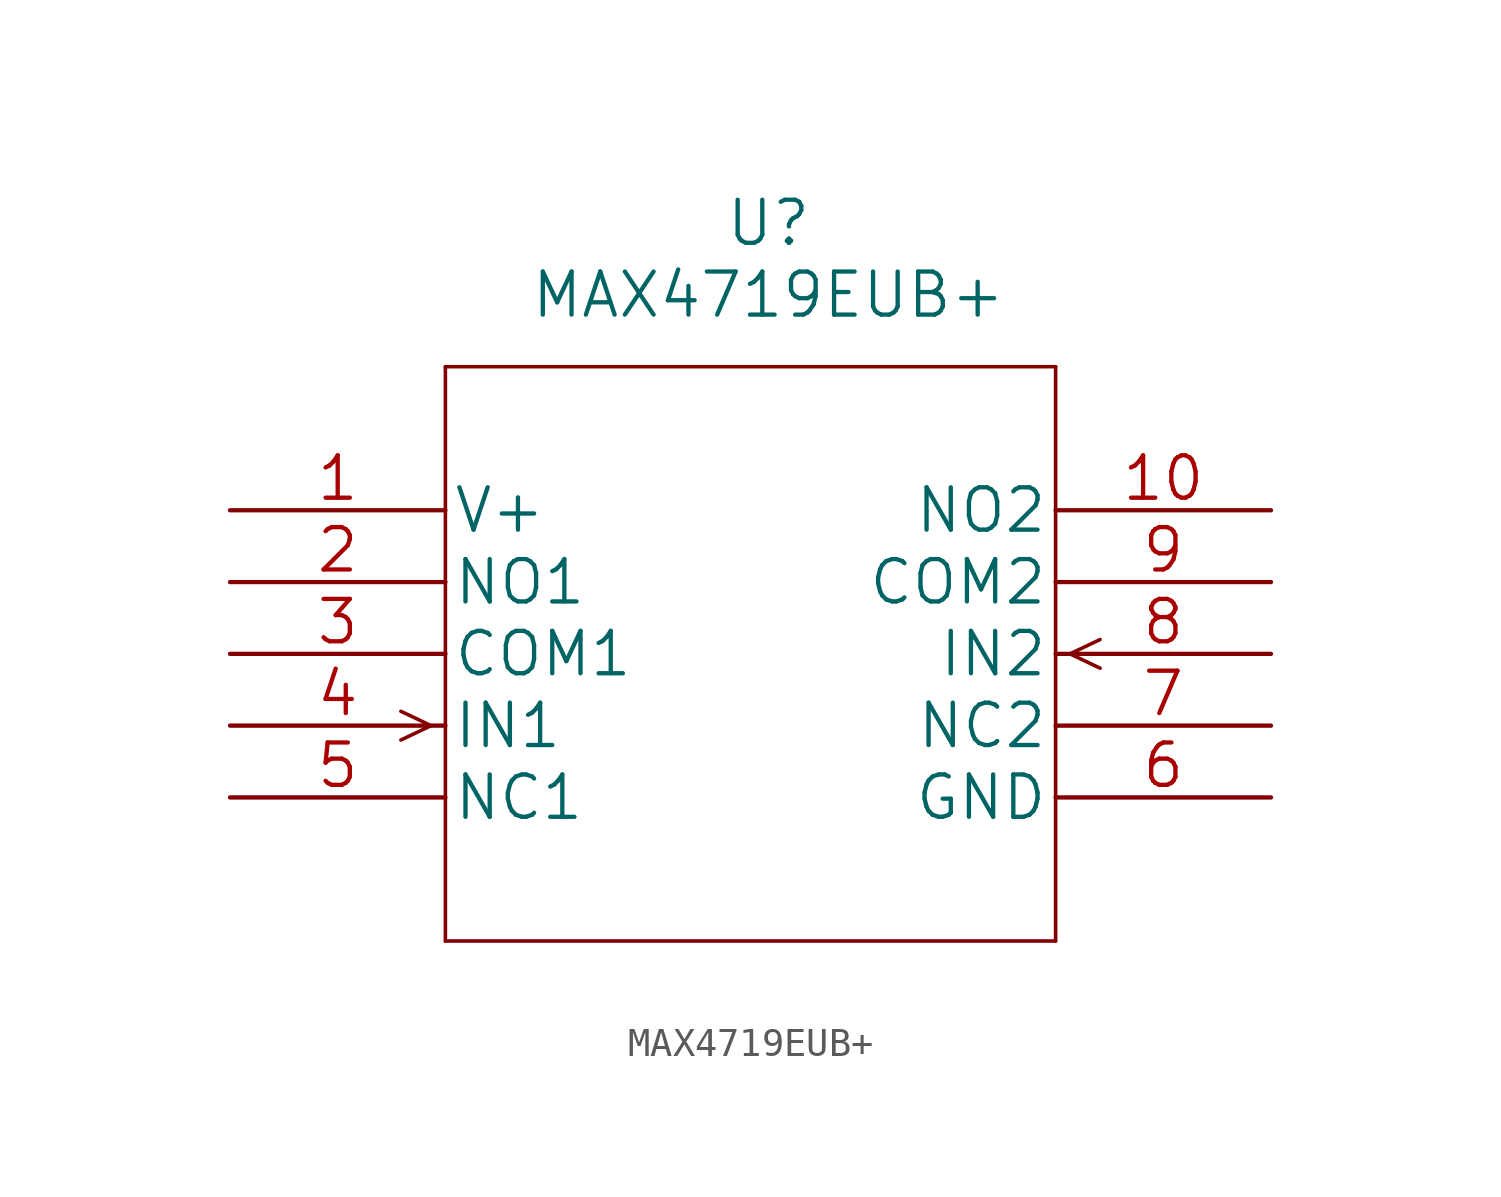
<source format=kicad_sym>
(kicad_symbol_lib
  (version 20211014)
  (generator kicad_symbol_editor)
  (symbol "MAX4719EUB+"
    (pin_names
      (offset 0.254))
    (property "Reference" "U"
      (at 30.48 10.16 0)
      (effects (font (size 1.524 1.524))))
    (property "Value" "MAX4719EUB+"
      (at 30.48 7.62 0)
      (effects (font (size 1.524 1.524))))
    (property "Datasheet" ""
      (at 11.43 0 0)
      (effects (font (size 1.524 1.524))))
    (property "ki_locked" ""
      (at 0 0 0)
      (effects (font (size 1.27 1.27))))
    (symbol "MAX4719EUB+_1_1"
      (polyline (pts (xy 18.542 -7.62) (xy 17.475 -8.128)) (stroke (width 0.127) (type default) (color 0 0 0 0)) (fill (type none)))
      (polyline (pts (xy 18.542 -7.62) (xy 17.475 -7.112)) (stroke (width 0.127) (type default) (color 0 0 0 0)) (fill (type none)))
      (polyline (pts (xy 19.05 -15.24) (xy 40.64 -15.24)) (stroke (width 0.127) (type default) (color 0 0 0 0)) (fill (type none)))
      (polyline (pts (xy 19.05 5.08) (xy 19.05 -15.24)) (stroke (width 0.127) (type default) (color 0 0 0 0)) (fill (type none)))
      (polyline (pts (xy 40.64 -15.24) (xy 40.64 5.08)) (stroke (width 0.127) (type default) (color 0 0 0 0)) (fill (type none)))
      (polyline (pts (xy 40.64 5.08) (xy 19.05 5.08)) (stroke (width 0.127) (type default) (color 0 0 0 0)) (fill (type none)))
      (polyline (pts (xy 41.148 -5.08) (xy 42.215 -5.588)) (stroke (width 0.127) (type default) (color 0 0 0 0)) (fill (type none)))
      (polyline (pts (xy 41.148 -5.08) (xy 42.215 -4.572)) (stroke (width 0.127) (type default) (color 0 0 0 0)) (fill (type none)))
      (pin power_in line (at 11.43 0 0) (length 7.62) (name "V+" (effects (font (size 1.499 1.499)))) (number "1" (effects (font (size 1.499 1.499)))))
      (pin passive line (at 48.26 0 180) (length 7.62) (name "NO2" (effects (font (size 1.499 1.499)))) (number "10" (effects (font (size 1.499 1.499)))))
      (pin passive line (at 11.43 -2.54 0) (length 7.62) (name "NO1" (effects (font (size 1.499 1.499)))) (number "2" (effects (font (size 1.499 1.499)))))
      (pin passive line (at 11.43 -5.08 0) (length 7.62) (name "COM1" (effects (font (size 1.499 1.499)))) (number "3" (effects (font (size 1.499 1.499)))))
      (pin input line (at 11.43 -7.62 0) (length 7.62) (name "IN1" (effects (font (size 1.499 1.499)))) (number "4" (effects (font (size 1.499 1.499)))))
      (pin passive line (at 11.43 -10.16 0) (length 7.62) (name "NC1" (effects (font (size 1.499 1.499)))) (number "5" (effects (font (size 1.499 1.499)))))
      (pin power_in line (at 48.26 -10.16 180) (length 7.62) (name "GND" (effects (font (size 1.499 1.499)))) (number "6" (effects (font (size 1.499 1.499)))))
      (pin passive line (at 48.26 -7.62 180) (length 7.62) (name "NC2" (effects (font (size 1.499 1.499)))) (number "7" (effects (font (size 1.499 1.499)))))
      (pin input line (at 48.26 -5.08 180) (length 7.62) (name "IN2" (effects (font (size 1.499 1.499)))) (number "8" (effects (font (size 1.499 1.499)))))
      (pin passive line (at 48.26 -2.54 180) (length 7.62) (name "COM2" (effects (font (size 1.499 1.499)))) (number "9" (effects (font (size 1.499 1.499))))))))
</source>
